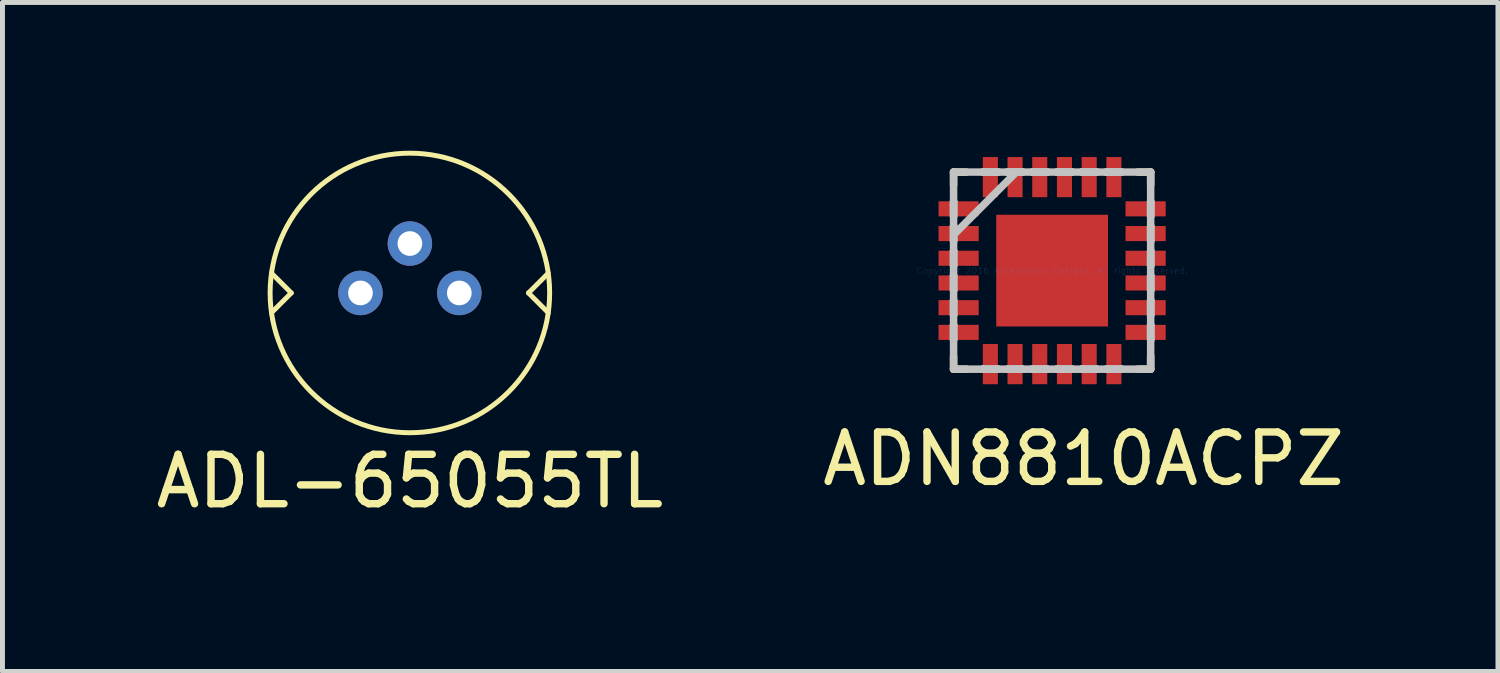
<source format=kicad_pcb>
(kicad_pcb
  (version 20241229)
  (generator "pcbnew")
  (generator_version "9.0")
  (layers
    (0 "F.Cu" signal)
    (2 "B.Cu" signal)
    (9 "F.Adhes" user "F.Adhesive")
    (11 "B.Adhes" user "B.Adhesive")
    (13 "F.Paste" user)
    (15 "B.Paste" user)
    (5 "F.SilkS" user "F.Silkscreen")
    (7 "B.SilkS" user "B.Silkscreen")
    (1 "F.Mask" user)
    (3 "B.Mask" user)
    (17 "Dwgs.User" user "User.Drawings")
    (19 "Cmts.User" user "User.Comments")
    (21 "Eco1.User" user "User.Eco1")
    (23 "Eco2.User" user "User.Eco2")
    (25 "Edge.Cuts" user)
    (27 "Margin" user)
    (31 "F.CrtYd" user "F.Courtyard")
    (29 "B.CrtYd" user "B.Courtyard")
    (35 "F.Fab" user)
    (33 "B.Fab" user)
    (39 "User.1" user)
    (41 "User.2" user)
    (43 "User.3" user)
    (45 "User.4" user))
  (footprint "ADL-65055TL"
    (layer "F.Cu")
    (at 5.244 2.878)
    (property "Reference" "ADL-65055TL" (at 0 3.81 0) (layer "F.SilkS") (effects (font (size 1 1) (thickness 0.15))))
    (attr through_hole)
    (fp_line (start -2.4 0) (end -2.8 -0.4) (stroke (width 0.1) (type solid)) (layer "F.SilkS"))
    (fp_line (start -2.4 0) (end -2.8 0.4) (stroke (width 0.1) (type solid)) (layer "F.SilkS"))
    (fp_line (start 2.4 0) (end 2.8 -0.4) (stroke (width 0.1) (type solid)) (layer "F.SilkS"))
    (fp_line (start 2.4 0) (end 2.8 0.4) (stroke (width 0.1) (type solid)) (layer "F.SilkS"))
    (fp_circle (center 0 0) (end -2.8 0.4) (stroke (width 0.1) (type solid)) (fill no) (layer "F.SilkS"))
    (pad "1" thru_hole circle (at 1 0) (size 0.9 0.9) (drill 0.5) (layers "*.Cu" "*.Mask"))
    (pad "2" thru_hole circle (at 0 -1) (size 0.9 0.9) (drill 0.5) (layers "*.Cu" "*.Mask"))
    (pad "3" thru_hole circle (at -1 0) (size 0.9 0.9) (drill 0.5) (layers "*.Cu" "*.Mask")))
  (footprint "ADN8810ACPZ"
    (layer "F.Cu")
    (at 18.24 2.426)
    (property "Reference" "ADN8810ACPZ" (at 0.635 3.81 0) (layer "F.SilkS") (effects (font (size 1 1) (thickness 0.15))))
    (attr through_hole)
    (fp_line (start -1.994 -1.994) (end -1.994 -1.735) (stroke (width 0.152) (type solid)) (layer "F.SilkS"))
    (fp_line (start -1.994 1.735) (end -1.994 1.994) (stroke (width 0.152) (type solid)) (layer "F.SilkS"))
    (fp_line (start -1.994 1.994) (end -1.735 1.994) (stroke (width 0.152) (type solid)) (layer "F.SilkS"))
    (fp_line (start -1.735 -1.994) (end -1.994 -1.994) (stroke (width 0.152) (type solid)) (layer "F.SilkS"))
    (fp_line (start 1.735 1.994) (end 1.994 1.994) (stroke (width 0.152) (type solid)) (layer "F.SilkS"))
    (fp_line (start 1.994 -1.994) (end 1.735 -1.994) (stroke (width 0.152) (type solid)) (layer "F.SilkS"))
    (fp_line (start 1.994 -1.735) (end 1.994 -1.994) (stroke (width 0.152) (type solid)) (layer "F.SilkS"))
    (fp_line (start 1.994 1.994) (end 1.994 1.735) (stroke (width 0.152) (type solid)) (layer "F.SilkS"))
    (fp_line (start -1.994 -1.994) (end -1.994 1.994) (stroke (width 0.152) (type solid)) (layer "Dwgs.User"))
    (fp_line (start -1.994 -1.402) (end -1.994 -1.402) (stroke (width 0.152) (type solid)) (layer "Dwgs.User"))
    (fp_line (start -1.994 -1.402) (end -1.994 -1.098) (stroke (width 0.152) (type solid)) (layer "Dwgs.User"))
    (fp_line (start -1.994 -1.098) (end -1.994 -1.402) (stroke (width 0.152) (type solid)) (layer "Dwgs.User"))
    (fp_line (start -1.994 -1.098) (end -1.994 -1.098) (stroke (width 0.152) (type solid)) (layer "Dwgs.User"))
    (fp_line (start -1.994 -0.902) (end -1.994 -0.902) (stroke (width 0.152) (type solid)) (layer "Dwgs.User"))
    (fp_line (start -1.994 -0.902) (end -1.994 -0.598) (stroke (width 0.152) (type solid)) (layer "Dwgs.User"))
    (fp_line (start -1.994 -0.724) (end -0.724 -1.994) (stroke (width 0.152) (type solid)) (layer "Dwgs.User"))
    (fp_line (start -1.994 -0.598) (end -1.994 -0.902) (stroke (width 0.152) (type solid)) (layer "Dwgs.User"))
    (fp_line (start -1.994 -0.598) (end -1.994 -0.598) (stroke (width 0.152) (type solid)) (layer "Dwgs.User"))
    (fp_line (start -1.994 -0.402) (end -1.994 -0.402) (stroke (width 0.152) (type solid)) (layer "Dwgs.User"))
    (fp_line (start -1.994 -0.402) (end -1.994 -0.098) (stroke (width 0.152) (type solid)) (layer "Dwgs.User"))
    (fp_line (start -1.994 -0.098) (end -1.994 -0.402) (stroke (width 0.152) (type solid)) (layer "Dwgs.User"))
    (fp_line (start -1.994 -0.098) (end -1.994 -0.098) (stroke (width 0.152) (type solid)) (layer "Dwgs.User"))
    (fp_line (start -1.994 0.098) (end -1.994 0.098) (stroke (width 0.152) (type solid)) (layer "Dwgs.User"))
    (fp_line (start -1.994 0.098) (end -1.994 0.402) (stroke (width 0.152) (type solid)) (layer "Dwgs.User"))
    (fp_line (start -1.994 0.402) (end -1.994 0.098) (stroke (width 0.152) (type solid)) (layer "Dwgs.User"))
    (fp_line (start -1.994 0.402) (end -1.994 0.402) (stroke (width 0.152) (type solid)) (layer "Dwgs.User"))
    (fp_line (start -1.994 0.598) (end -1.994 0.598) (stroke (width 0.152) (type solid)) (layer "Dwgs.User"))
    (fp_line (start -1.994 0.598) (end -1.994 0.902) (stroke (width 0.152) (type solid)) (layer "Dwgs.User"))
    (fp_line (start -1.994 0.902) (end -1.994 0.598) (stroke (width 0.152) (type solid)) (layer "Dwgs.User"))
    (fp_line (start -1.994 0.902) (end -1.994 0.902) (stroke (width 0.152) (type solid)) (layer "Dwgs.User"))
    (fp_line (start -1.994 1.098) (end -1.994 1.098) (stroke (width 0.152) (type solid)) (layer "Dwgs.User"))
    (fp_line (start -1.994 1.098) (end -1.994 1.402) (stroke (width 0.152) (type solid)) (layer "Dwgs.User"))
    (fp_line (start -1.994 1.402) (end -1.994 1.098) (stroke (width 0.152) (type solid)) (layer "Dwgs.User"))
    (fp_line (start -1.994 1.402) (end -1.994 1.402) (stroke (width 0.152) (type solid)) (layer "Dwgs.User"))
    (fp_line (start -1.994 1.994) (end 1.994 1.994) (stroke (width 0.152) (type solid)) (layer "Dwgs.User"))
    (fp_line (start -1.402 -1.994) (end -1.402 -1.994) (stroke (width 0.152) (type solid)) (layer "Dwgs.User"))
    (fp_line (start -1.402 -1.994) (end -1.098 -1.994) (stroke (width 0.152) (type solid)) (layer "Dwgs.User"))
    (fp_line (start -1.402 1.994) (end -1.402 1.994) (stroke (width 0.152) (type solid)) (layer "Dwgs.User"))
    (fp_line (start -1.402 1.994) (end -1.098 1.994) (stroke (width 0.152) (type solid)) (layer "Dwgs.User"))
    (fp_line (start -1.098 -1.994) (end -1.402 -1.994) (stroke (width 0.152) (type solid)) (layer "Dwgs.User"))
    (fp_line (start -1.098 -1.994) (end -1.098 -1.994) (stroke (width 0.152) (type solid)) (layer "Dwgs.User"))
    (fp_line (start -1.098 1.994) (end -1.402 1.994) (stroke (width 0.152) (type solid)) (layer "Dwgs.User"))
    (fp_line (start -1.098 1.994) (end -1.098 1.994) (stroke (width 0.152) (type solid)) (layer "Dwgs.User"))
    (fp_line (start -0.902 -1.994) (end -0.902 -1.994) (stroke (width 0.152) (type solid)) (layer "Dwgs.User"))
    (fp_line (start -0.902 -1.994) (end -0.598 -1.994) (stroke (width 0.152) (type solid)) (layer "Dwgs.User"))
    (fp_line (start -0.902 1.994) (end -0.902 1.994) (stroke (width 0.152) (type solid)) (layer "Dwgs.User"))
    (fp_line (start -0.902 1.994) (end -0.598 1.994) (stroke (width 0.152) (type solid)) (layer "Dwgs.User"))
    (fp_line (start -0.598 -1.994) (end -0.902 -1.994) (stroke (width 0.152) (type solid)) (layer "Dwgs.User"))
    (fp_line (start -0.598 -1.994) (end -0.598 -1.994) (stroke (width 0.152) (type solid)) (layer "Dwgs.User"))
    (fp_line (start -0.598 1.994) (end -0.902 1.994) (stroke (width 0.152) (type solid)) (layer "Dwgs.User"))
    (fp_line (start -0.598 1.994) (end -0.598 1.994) (stroke (width 0.152) (type solid)) (layer "Dwgs.User"))
    (fp_line (start -0.402 -1.994) (end -0.402 -1.994) (stroke (width 0.152) (type solid)) (layer "Dwgs.User"))
    (fp_line (start -0.402 -1.994) (end -0.098 -1.994) (stroke (width 0.152) (type solid)) (layer "Dwgs.User"))
    (fp_line (start -0.402 1.994) (end -0.402 1.994) (stroke (width 0.152) (type solid)) (layer "Dwgs.User"))
    (fp_line (start -0.402 1.994) (end -0.098 1.994) (stroke (width 0.152) (type solid)) (layer "Dwgs.User"))
    (fp_line (start -0.098 -1.994) (end -0.402 -1.994) (stroke (width 0.152) (type solid)) (layer "Dwgs.User"))
    (fp_line (start -0.098 -1.994) (end -0.098 -1.994) (stroke (width 0.152) (type solid)) (layer "Dwgs.User"))
    (fp_line (start -0.098 1.994) (end -0.402 1.994) (stroke (width 0.152) (type solid)) (layer "Dwgs.User"))
    (fp_line (start -0.098 1.994) (end -0.098 1.994) (stroke (width 0.152) (type solid)) (layer "Dwgs.User"))
    (fp_line (start 0.098 -1.994) (end 0.098 -1.994) (stroke (width 0.152) (type solid)) (layer "Dwgs.User"))
    (fp_line (start 0.098 -1.994) (end 0.402 -1.994) (stroke (width 0.152) (type solid)) (layer "Dwgs.User"))
    (fp_line (start 0.098 1.994) (end 0.098 1.994) (stroke (width 0.152) (type solid)) (layer "Dwgs.User"))
    (fp_line (start 0.098 1.994) (end 0.402 1.994) (stroke (width 0.152) (type solid)) (layer "Dwgs.User"))
    (fp_line (start 0.402 -1.994) (end 0.098 -1.994) (stroke (width 0.152) (type solid)) (layer "Dwgs.User"))
    (fp_line (start 0.402 -1.994) (end 0.402 -1.994) (stroke (width 0.152) (type solid)) (layer "Dwgs.User"))
    (fp_line (start 0.402 1.994) (end 0.098 1.994) (stroke (width 0.152) (type solid)) (layer "Dwgs.User"))
    (fp_line (start 0.402 1.994) (end 0.402 1.994) (stroke (width 0.152) (type solid)) (layer "Dwgs.User"))
    (fp_line (start 0.598 -1.994) (end 0.598 -1.994) (stroke (width 0.152) (type solid)) (layer "Dwgs.User"))
    (fp_line (start 0.598 -1.994) (end 0.902 -1.994) (stroke (width 0.152) (type solid)) (layer "Dwgs.User"))
    (fp_line (start 0.598 1.994) (end 0.598 1.994) (stroke (width 0.152) (type solid)) (layer "Dwgs.User"))
    (fp_line (start 0.598 1.994) (end 0.902 1.994) (stroke (width 0.152) (type solid)) (layer "Dwgs.User"))
    (fp_line (start 0.902 -1.994) (end 0.598 -1.994) (stroke (width 0.152) (type solid)) (layer "Dwgs.User"))
    (fp_line (start 0.902 -1.994) (end 0.902 -1.994) (stroke (width 0.152) (type solid)) (layer "Dwgs.User"))
    (fp_line (start 0.902 1.994) (end 0.598 1.994) (stroke (width 0.152) (type solid)) (layer "Dwgs.User"))
    (fp_line (start 0.902 1.994) (end 0.902 1.994) (stroke (width 0.152) (type solid)) (layer "Dwgs.User"))
    (fp_line (start 1.098 -1.994) (end 1.098 -1.994) (stroke (width 0.152) (type solid)) (layer "Dwgs.User"))
    (fp_line (start 1.098 -1.994) (end 1.402 -1.994) (stroke (width 0.152) (type solid)) (layer "Dwgs.User"))
    (fp_line (start 1.098 1.994) (end 1.098 1.994) (stroke (width 0.152) (type solid)) (layer "Dwgs.User"))
    (fp_line (start 1.098 1.994) (end 1.402 1.994) (stroke (width 0.152) (type solid)) (layer "Dwgs.User"))
    (fp_line (start 1.402 -1.994) (end 1.098 -1.994) (stroke (width 0.152) (type solid)) (layer "Dwgs.User"))
    (fp_line (start 1.402 -1.994) (end 1.402 -1.994) (stroke (width 0.152) (type solid)) (layer "Dwgs.User"))
    (fp_line (start 1.402 1.994) (end 1.098 1.994) (stroke (width 0.152) (type solid)) (layer "Dwgs.User"))
    (fp_line (start 1.402 1.994) (end 1.402 1.994) (stroke (width 0.152) (type solid)) (layer "Dwgs.User"))
    (fp_line (start 1.994 -1.994) (end -1.994 -1.994) (stroke (width 0.152) (type solid)) (layer "Dwgs.User"))
    (fp_line (start 1.994 -1.402) (end 1.994 -1.402) (stroke (width 0.152) (type solid)) (layer "Dwgs.User"))
    (fp_line (start 1.994 -1.402) (end 1.994 -1.098) (stroke (width 0.152) (type solid)) (layer "Dwgs.User"))
    (fp_line (start 1.994 -1.098) (end 1.994 -1.402) (stroke (width 0.152) (type solid)) (layer "Dwgs.User"))
    (fp_line (start 1.994 -1.098) (end 1.994 -1.098) (stroke (width 0.152) (type solid)) (layer "Dwgs.User"))
    (fp_line (start 1.994 -0.902) (end 1.994 -0.902) (stroke (width 0.152) (type solid)) (layer "Dwgs.User"))
    (fp_line (start 1.994 -0.902) (end 1.994 -0.598) (stroke (width 0.152) (type solid)) (layer "Dwgs.User"))
    (fp_line (start 1.994 -0.598) (end 1.994 -0.902) (stroke (width 0.152) (type solid)) (layer "Dwgs.User"))
    (fp_line (start 1.994 -0.598) (end 1.994 -0.598) (stroke (width 0.152) (type solid)) (layer "Dwgs.User"))
    (fp_line (start 1.994 -0.402) (end 1.994 -0.402) (stroke (width 0.152) (type solid)) (layer "Dwgs.User"))
    (fp_line (start 1.994 -0.402) (end 1.994 -0.098) (stroke (width 0.152) (type solid)) (layer "Dwgs.User"))
    (fp_line (start 1.994 -0.098) (end 1.994 -0.402) (stroke (width 0.152) (type solid)) (layer "Dwgs.User"))
    (fp_line (start 1.994 -0.098) (end 1.994 -0.098) (stroke (width 0.152) (type solid)) (layer "Dwgs.User"))
    (fp_line (start 1.994 0.098) (end 1.994 0.098) (stroke (width 0.152) (type solid)) (layer "Dwgs.User"))
    (fp_line (start 1.994 0.098) (end 1.994 0.402) (stroke (width 0.152) (type solid)) (layer "Dwgs.User"))
    (fp_line (start 1.994 0.402) (end 1.994 0.098) (stroke (width 0.152) (type solid)) (layer "Dwgs.User"))
    (fp_line (start 1.994 0.402) (end 1.994 0.402) (stroke (width 0.152) (type solid)) (layer "Dwgs.User"))
    (fp_line (start 1.994 0.598) (end 1.994 0.598) (stroke (width 0.152) (type solid)) (layer "Dwgs.User"))
    (fp_line (start 1.994 0.598) (end 1.994 0.902) (stroke (width 0.152) (type solid)) (layer "Dwgs.User"))
    (fp_line (start 1.994 0.902) (end 1.994 0.598) (stroke (width 0.152) (type solid)) (layer "Dwgs.User"))
    (fp_line (start 1.994 0.902) (end 1.994 0.902) (stroke (width 0.152) (type solid)) (layer "Dwgs.User"))
    (fp_line (start 1.994 1.098) (end 1.994 1.098) (stroke (width 0.152) (type solid)) (layer "Dwgs.User"))
    (fp_line (start 1.994 1.098) (end 1.994 1.402) (stroke (width 0.152) (type solid)) (layer "Dwgs.User"))
    (fp_line (start 1.994 1.402) (end 1.994 1.098) (stroke (width 0.152) (type solid)) (layer "Dwgs.User"))
    (fp_line (start 1.994 1.402) (end 1.994 1.402) (stroke (width 0.152) (type solid)) (layer "Dwgs.User"))
    (fp_line (start 1.994 1.994) (end 1.994 -1.994) (stroke (width 0.152) (type solid)) (layer "Dwgs.User"))
    (fp_text user "Copyright 2016 Accelerated Designs. All rights reserved." (at 0 0 0) (layer "Cmts.User") (effects (font (size 0.127 0.127) (thickness 0.002))))
    (pad "" smd rect (at -1.892 -1.25 90) (size 0.508 1.067) (layers "F.Mask"))
    (pad "" smd rect (at -1.892 -0.75 90) (size 0.508 1.067) (layers "F.Mask"))
    (pad "" smd rect (at -1.892 -0.25 90) (size 0.508 1.067) (layers "F.Mask"))
    (pad "" smd rect (at -1.892 0.25 90) (size 0.508 1.067) (layers "F.Mask"))
    (pad "" smd rect (at -1.892 0.75 90) (size 0.508 1.067) (layers "F.Mask"))
    (pad "" smd rect (at -1.892 1.25 90) (size 0.508 1.067) (layers "F.Mask"))
    (pad "" smd rect (at -1.25 -1.892) (size 0.508 1.067) (layers "F.Mask"))
    (pad "" smd rect (at -1.25 1.892) (size 0.508 1.067) (layers "F.Mask"))
    (pad "" smd rect (at -0.75 -1.892) (size 0.508 1.067) (layers "F.Mask"))
    (pad "" smd rect (at -0.75 1.892) (size 0.508 1.067) (layers "F.Mask"))
    (pad "" smd rect (at -0.25 -1.892) (size 0.508 1.067) (layers "F.Mask"))
    (pad "" smd rect (at -0.25 1.892) (size 0.508 1.067) (layers "F.Mask"))
    (pad "" smd rect (at 0 0) (size 0.025 0.025) (layers "F.Mask"))
    (pad "" smd rect (at 0.25 -1.892) (size 0.508 1.067) (layers "F.Mask"))
    (pad "" smd rect (at 0.25 1.892) (size 0.508 1.067) (layers "F.Mask"))
    (pad "" smd rect (at 0.75 -1.892) (size 0.508 1.067) (layers "F.Mask"))
    (pad "" smd rect (at 0.75 1.892) (size 0.508 1.067) (layers "F.Mask"))
    (pad "" smd rect (at 1.25 -1.892) (size 0.508 1.067) (layers "F.Mask"))
    (pad "" smd rect (at 1.25 1.892) (size 0.508 1.067) (layers "F.Mask"))
    (pad "" smd rect (at 1.892 -1.25 90) (size 0.508 1.067) (layers "F.Mask"))
    (pad "" smd rect (at 1.892 -0.75 90) (size 0.508 1.067) (layers "F.Mask"))
    (pad "" smd rect (at 1.892 -0.25 90) (size 0.508 1.067) (layers "F.Mask"))
    (pad "" smd rect (at 1.892 0.25 90) (size 0.508 1.067) (layers "F.Mask"))
    (pad "" smd rect (at 1.892 0.75 90) (size 0.508 1.067) (layers "F.Mask"))
    (pad "" smd rect (at 1.892 1.25 90) (size 0.508 1.067) (layers "F.Mask"))
    (pad "1" smd rect (at -1.892 -1.25 90) (size 0.305 0.813) (layers "F.Cu"))
    (pad "2" smd rect (at -1.892 -0.75 90) (size 0.305 0.813) (layers "F.Cu"))
    (pad "3" smd rect (at -1.892 -0.25 90) (size 0.305 0.813) (layers "F.Cu"))
    (pad "4" smd rect (at -1.892 0.25 90) (size 0.305 0.813) (layers "F.Cu"))
    (pad "5" smd rect (at -1.892 0.75 90) (size 0.305 0.813) (layers "F.Cu"))
    (pad "6" smd rect (at -1.892 1.25 90) (size 0.305 0.813) (layers "F.Cu"))
    (pad "7" smd rect (at -1.25 1.892) (size 0.305 0.813) (layers "F.Cu"))
    (pad "8" smd rect (at -0.75 1.892) (size 0.305 0.813) (layers "F.Cu"))
    (pad "9" smd rect (at -0.25 1.892) (size 0.305 0.813) (layers "F.Cu"))
    (pad "10" smd rect (at 0.25 1.892) (size 0.305 0.813) (layers "F.Cu"))
    (pad "11" smd rect (at 0.75 1.892) (size 0.305 0.813) (layers "F.Cu"))
    (pad "12" smd rect (at 1.25 1.892) (size 0.305 0.813) (layers "F.Cu"))
    (pad "13" smd rect (at 1.892 1.25 90) (size 0.305 0.813) (layers "F.Cu"))
    (pad "14" smd rect (at 1.892 0.75 90) (size 0.305 0.813) (layers "F.Cu"))
    (pad "15" smd rect (at 1.892 0.25 90) (size 0.305 0.813) (layers "F.Cu"))
    (pad "16" smd rect (at 1.892 -0.25 90) (size 0.305 0.813) (layers "F.Cu"))
    (pad "17" smd rect (at 1.892 -0.75 90) (size 0.305 0.813) (layers "F.Cu"))
    (pad "18" smd rect (at 1.892 -1.25 90) (size 0.305 0.813) (layers "F.Cu"))
    (pad "19" smd rect (at 1.25 -1.892) (size 0.305 0.813) (layers "F.Cu"))
    (pad "20" smd rect (at 0.75 -1.892) (size 0.305 0.813) (layers "F.Cu"))
    (pad "21" smd rect (at 0.25 -1.892) (size 0.305 0.813) (layers "F.Cu"))
    (pad "22" smd rect (at -0.25 -1.892) (size 0.305 0.813) (layers "F.Cu"))
    (pad "23" smd rect (at -0.75 -1.892) (size 0.305 0.813) (layers "F.Cu"))
    (pad "24" smd rect (at -1.25 -1.892) (size 0.305 0.813) (layers "F.Cu"))
    (pad "25" smd rect (at 0 0) (size 2.261 2.261) (layers "F.Cu")))
  (gr_rect
    (start -3 -3)
    (end 27.262 10.537)
    (stroke (width 0.1) (type default))
    (fill no)
    (layer "Edge.Cuts")))
</source>
